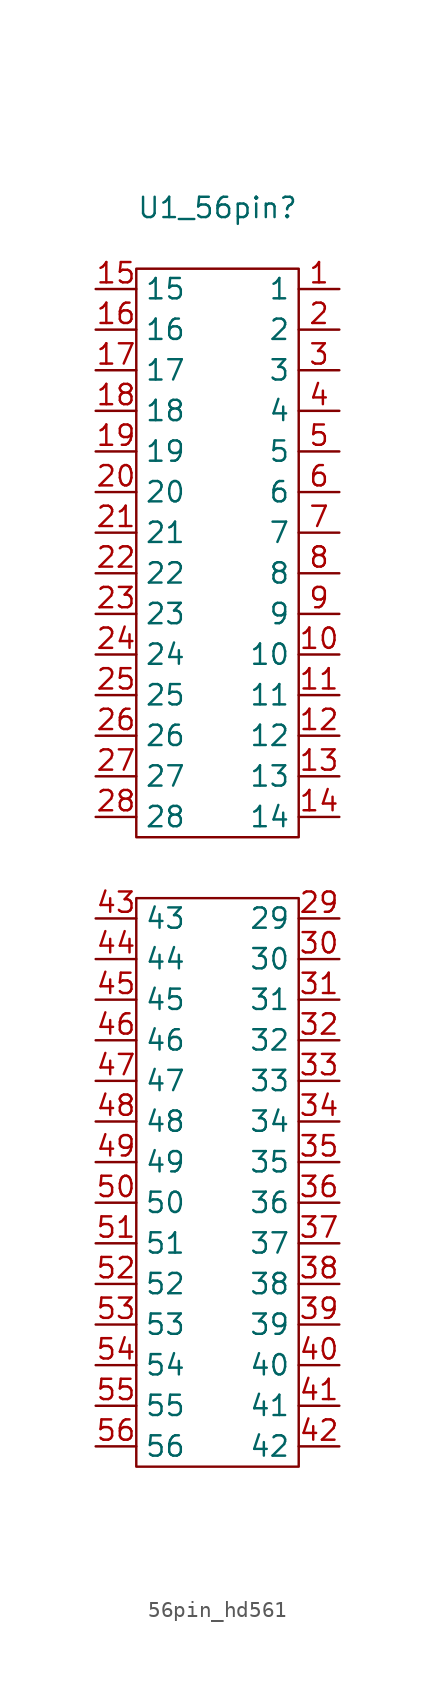
<source format=kicad_sym>
(kicad_symbol_lib
  (version 20220914)
  (generator kicad_symbol_editor)
  (symbol "56pin_hd561"
    (property "Reference" "U1_56pin"
      (at 0 5.08 0)
      (effects (font (size 1.27 1.27))))
    (property "Value" ""
      (at 2.54 -39.37 0)
      (effects (font (size 1.27 1.27))))
    (symbol "56pin_hd561_0_1"
      (rectangle (start -5.08 -38.1) (end 5.08 -73.66) (stroke (width 0) (type default)) (fill (type none)))
      (rectangle (start -5.08 1.27) (end 5.08 -34.29) (stroke (width 0) (type default)) (fill (type none))))
    (symbol "56pin_hd561_1_1"
      (pin input line (at 7.62 0 180) (length 2.54) (name "1" (effects (font (size 1.27 1.27)))) (number "1" (effects (font (size 1.27 1.27)))))
      (pin input line (at 7.62 -22.86 180) (length 2.54) (name "10" (effects (font (size 1.27 1.27)))) (number "10" (effects (font (size 1.27 1.27)))))
      (pin input line (at 7.62 -25.4 180) (length 2.54) (name "11" (effects (font (size 1.27 1.27)))) (number "11" (effects (font (size 1.27 1.27)))))
      (pin input line (at 7.62 -27.94 180) (length 2.54) (name "12" (effects (font (size 1.27 1.27)))) (number "12" (effects (font (size 1.27 1.27)))))
      (pin input line (at 7.62 -30.48 180) (length 2.54) (name "13" (effects (font (size 1.27 1.27)))) (number "13" (effects (font (size 1.27 1.27)))))
      (pin input line (at 7.62 -33.02 180) (length 2.54) (name "14" (effects (font (size 1.27 1.27)))) (number "14" (effects (font (size 1.27 1.27)))))
      (pin input line (at -7.62 0 0) (length 2.54) (name "15" (effects (font (size 1.27 1.27)))) (number "15" (effects (font (size 1.27 1.27)))))
      (pin input line (at -7.62 -2.54 0) (length 2.54) (name "16" (effects (font (size 1.27 1.27)))) (number "16" (effects (font (size 1.27 1.27)))))
      (pin input line (at -7.62 -5.08 0) (length 2.54) (name "17" (effects (font (size 1.27 1.27)))) (number "17" (effects (font (size 1.27 1.27)))))
      (pin input line (at -7.62 -7.62 0) (length 2.54) (name "18" (effects (font (size 1.27 1.27)))) (number "18" (effects (font (size 1.27 1.27)))))
      (pin input line (at -7.62 -10.16 0) (length 2.54) (name "19" (effects (font (size 1.27 1.27)))) (number "19" (effects (font (size 1.27 1.27)))))
      (pin input line (at 7.62 -2.54 180) (length 2.54) (name "2" (effects (font (size 1.27 1.27)))) (number "2" (effects (font (size 1.27 1.27)))))
      (pin input line (at -7.62 -12.7 0) (length 2.54) (name "20" (effects (font (size 1.27 1.27)))) (number "20" (effects (font (size 1.27 1.27)))))
      (pin input line (at -7.62 -15.24 0) (length 2.54) (name "21" (effects (font (size 1.27 1.27)))) (number "21" (effects (font (size 1.27 1.27)))))
      (pin input line (at -7.62 -17.78 0) (length 2.54) (name "22" (effects (font (size 1.27 1.27)))) (number "22" (effects (font (size 1.27 1.27)))))
      (pin input line (at -7.62 -20.32 0) (length 2.54) (name "23" (effects (font (size 1.27 1.27)))) (number "23" (effects (font (size 1.27 1.27)))))
      (pin input line (at -7.62 -22.86 0) (length 2.54) (name "24" (effects (font (size 1.27 1.27)))) (number "24" (effects (font (size 1.27 1.27)))))
      (pin input line (at -7.62 -25.4 0) (length 2.54) (name "25" (effects (font (size 1.27 1.27)))) (number "25" (effects (font (size 1.27 1.27)))))
      (pin input line (at -7.62 -27.94 0) (length 2.54) (name "26" (effects (font (size 1.27 1.27)))) (number "26" (effects (font (size 1.27 1.27)))))
      (pin input line (at -7.62 -30.48 0) (length 2.54) (name "27" (effects (font (size 1.27 1.27)))) (number "27" (effects (font (size 1.27 1.27)))))
      (pin input line (at -7.62 -33.02 0) (length 2.54) (name "28" (effects (font (size 1.27 1.27)))) (number "28" (effects (font (size 1.27 1.27)))))
      (pin input line (at 7.62 -39.37 180) (length 2.54) (name "29" (effects (font (size 1.27 1.27)))) (number "29" (effects (font (size 1.27 1.27)))))
      (pin input line (at 7.62 -5.08 180) (length 2.54) (name "3" (effects (font (size 1.27 1.27)))) (number "3" (effects (font (size 1.27 1.27)))))
      (pin input line (at 7.62 -41.91 180) (length 2.54) (name "30" (effects (font (size 1.27 1.27)))) (number "30" (effects (font (size 1.27 1.27)))))
      (pin input line (at 7.62 -44.45 180) (length 2.54) (name "31" (effects (font (size 1.27 1.27)))) (number "31" (effects (font (size 1.27 1.27)))))
      (pin input line (at 7.62 -46.99 180) (length 2.54) (name "32" (effects (font (size 1.27 1.27)))) (number "32" (effects (font (size 1.27 1.27)))))
      (pin input line (at 7.62 -49.53 180) (length 2.54) (name "33" (effects (font (size 1.27 1.27)))) (number "33" (effects (font (size 1.27 1.27)))))
      (pin input line (at 7.62 -52.07 180) (length 2.54) (name "34" (effects (font (size 1.27 1.27)))) (number "34" (effects (font (size 1.27 1.27)))))
      (pin input line (at 7.62 -54.61 180) (length 2.54) (name "35" (effects (font (size 1.27 1.27)))) (number "35" (effects (font (size 1.27 1.27)))))
      (pin input line (at 7.62 -57.15 180) (length 2.54) (name "36" (effects (font (size 1.27 1.27)))) (number "36" (effects (font (size 1.27 1.27)))))
      (pin input line (at 7.62 -59.69 180) (length 2.54) (name "37" (effects (font (size 1.27 1.27)))) (number "37" (effects (font (size 1.27 1.27)))))
      (pin input line (at 7.62 -62.23 180) (length 2.54) (name "38" (effects (font (size 1.27 1.27)))) (number "38" (effects (font (size 1.27 1.27)))))
      (pin input line (at 7.62 -64.77 180) (length 2.54) (name "39" (effects (font (size 1.27 1.27)))) (number "39" (effects (font (size 1.27 1.27)))))
      (pin input line (at 7.62 -7.62 180) (length 2.54) (name "4" (effects (font (size 1.27 1.27)))) (number "4" (effects (font (size 1.27 1.27)))))
      (pin input line (at 7.62 -67.31 180) (length 2.54) (name "40" (effects (font (size 1.27 1.27)))) (number "40" (effects (font (size 1.27 1.27)))))
      (pin input line (at 7.62 -69.85 180) (length 2.54) (name "41" (effects (font (size 1.27 1.27)))) (number "41" (effects (font (size 1.27 1.27)))))
      (pin input line (at 7.62 -72.39 180) (length 2.54) (name "42" (effects (font (size 1.27 1.27)))) (number "42" (effects (font (size 1.27 1.27)))))
      (pin input line (at -7.62 -39.37 0) (length 2.54) (name "43" (effects (font (size 1.27 1.27)))) (number "43" (effects (font (size 1.27 1.27)))))
      (pin input line (at -7.62 -41.91 0) (length 2.54) (name "44" (effects (font (size 1.27 1.27)))) (number "44" (effects (font (size 1.27 1.27)))))
      (pin input line (at -7.62 -44.45 0) (length 2.54) (name "45" (effects (font (size 1.27 1.27)))) (number "45" (effects (font (size 1.27 1.27)))))
      (pin input line (at -7.62 -46.99 0) (length 2.54) (name "46" (effects (font (size 1.27 1.27)))) (number "46" (effects (font (size 1.27 1.27)))))
      (pin input line (at -7.62 -49.53 0) (length 2.54) (name "47" (effects (font (size 1.27 1.27)))) (number "47" (effects (font (size 1.27 1.27)))))
      (pin input line (at -7.62 -52.07 0) (length 2.54) (name "48" (effects (font (size 1.27 1.27)))) (number "48" (effects (font (size 1.27 1.27)))))
      (pin input line (at -7.62 -54.61 0) (length 2.54) (name "49" (effects (font (size 1.27 1.27)))) (number "49" (effects (font (size 1.27 1.27)))))
      (pin input line (at 7.62 -10.16 180) (length 2.54) (name "5" (effects (font (size 1.27 1.27)))) (number "5" (effects (font (size 1.27 1.27)))))
      (pin input line (at -7.62 -57.15 0) (length 2.54) (name "50" (effects (font (size 1.27 1.27)))) (number "50" (effects (font (size 1.27 1.27)))))
      (pin input line (at -7.62 -59.69 0) (length 2.54) (name "51" (effects (font (size 1.27 1.27)))) (number "51" (effects (font (size 1.27 1.27)))))
      (pin input line (at -7.62 -62.23 0) (length 2.54) (name "52" (effects (font (size 1.27 1.27)))) (number "52" (effects (font (size 1.27 1.27)))))
      (pin input line (at -7.62 -64.77 0) (length 2.54) (name "53" (effects (font (size 1.27 1.27)))) (number "53" (effects (font (size 1.27 1.27)))))
      (pin input line (at -7.62 -67.31 0) (length 2.54) (name "54" (effects (font (size 1.27 1.27)))) (number "54" (effects (font (size 1.27 1.27)))))
      (pin input line (at -7.62 -69.85 0) (length 2.54) (name "55" (effects (font (size 1.27 1.27)))) (number "55" (effects (font (size 1.27 1.27)))))
      (pin input line (at -7.62 -72.39 0) (length 2.54) (name "56" (effects (font (size 1.27 1.27)))) (number "56" (effects (font (size 1.27 1.27)))))
      (pin input line (at 7.62 -12.7 180) (length 2.54) (name "6" (effects (font (size 1.27 1.27)))) (number "6" (effects (font (size 1.27 1.27)))))
      (pin input line (at 7.62 -15.24 180) (length 2.54) (name "7" (effects (font (size 1.27 1.27)))) (number "7" (effects (font (size 1.27 1.27)))))
      (pin input line (at 7.62 -17.78 180) (length 2.54) (name "8" (effects (font (size 1.27 1.27)))) (number "8" (effects (font (size 1.27 1.27)))))
      (pin input line (at 7.62 -20.32 180) (length 2.54) (name "9" (effects (font (size 1.27 1.27)))) (number "9" (effects (font (size 1.27 1.27))))))))
</source>
